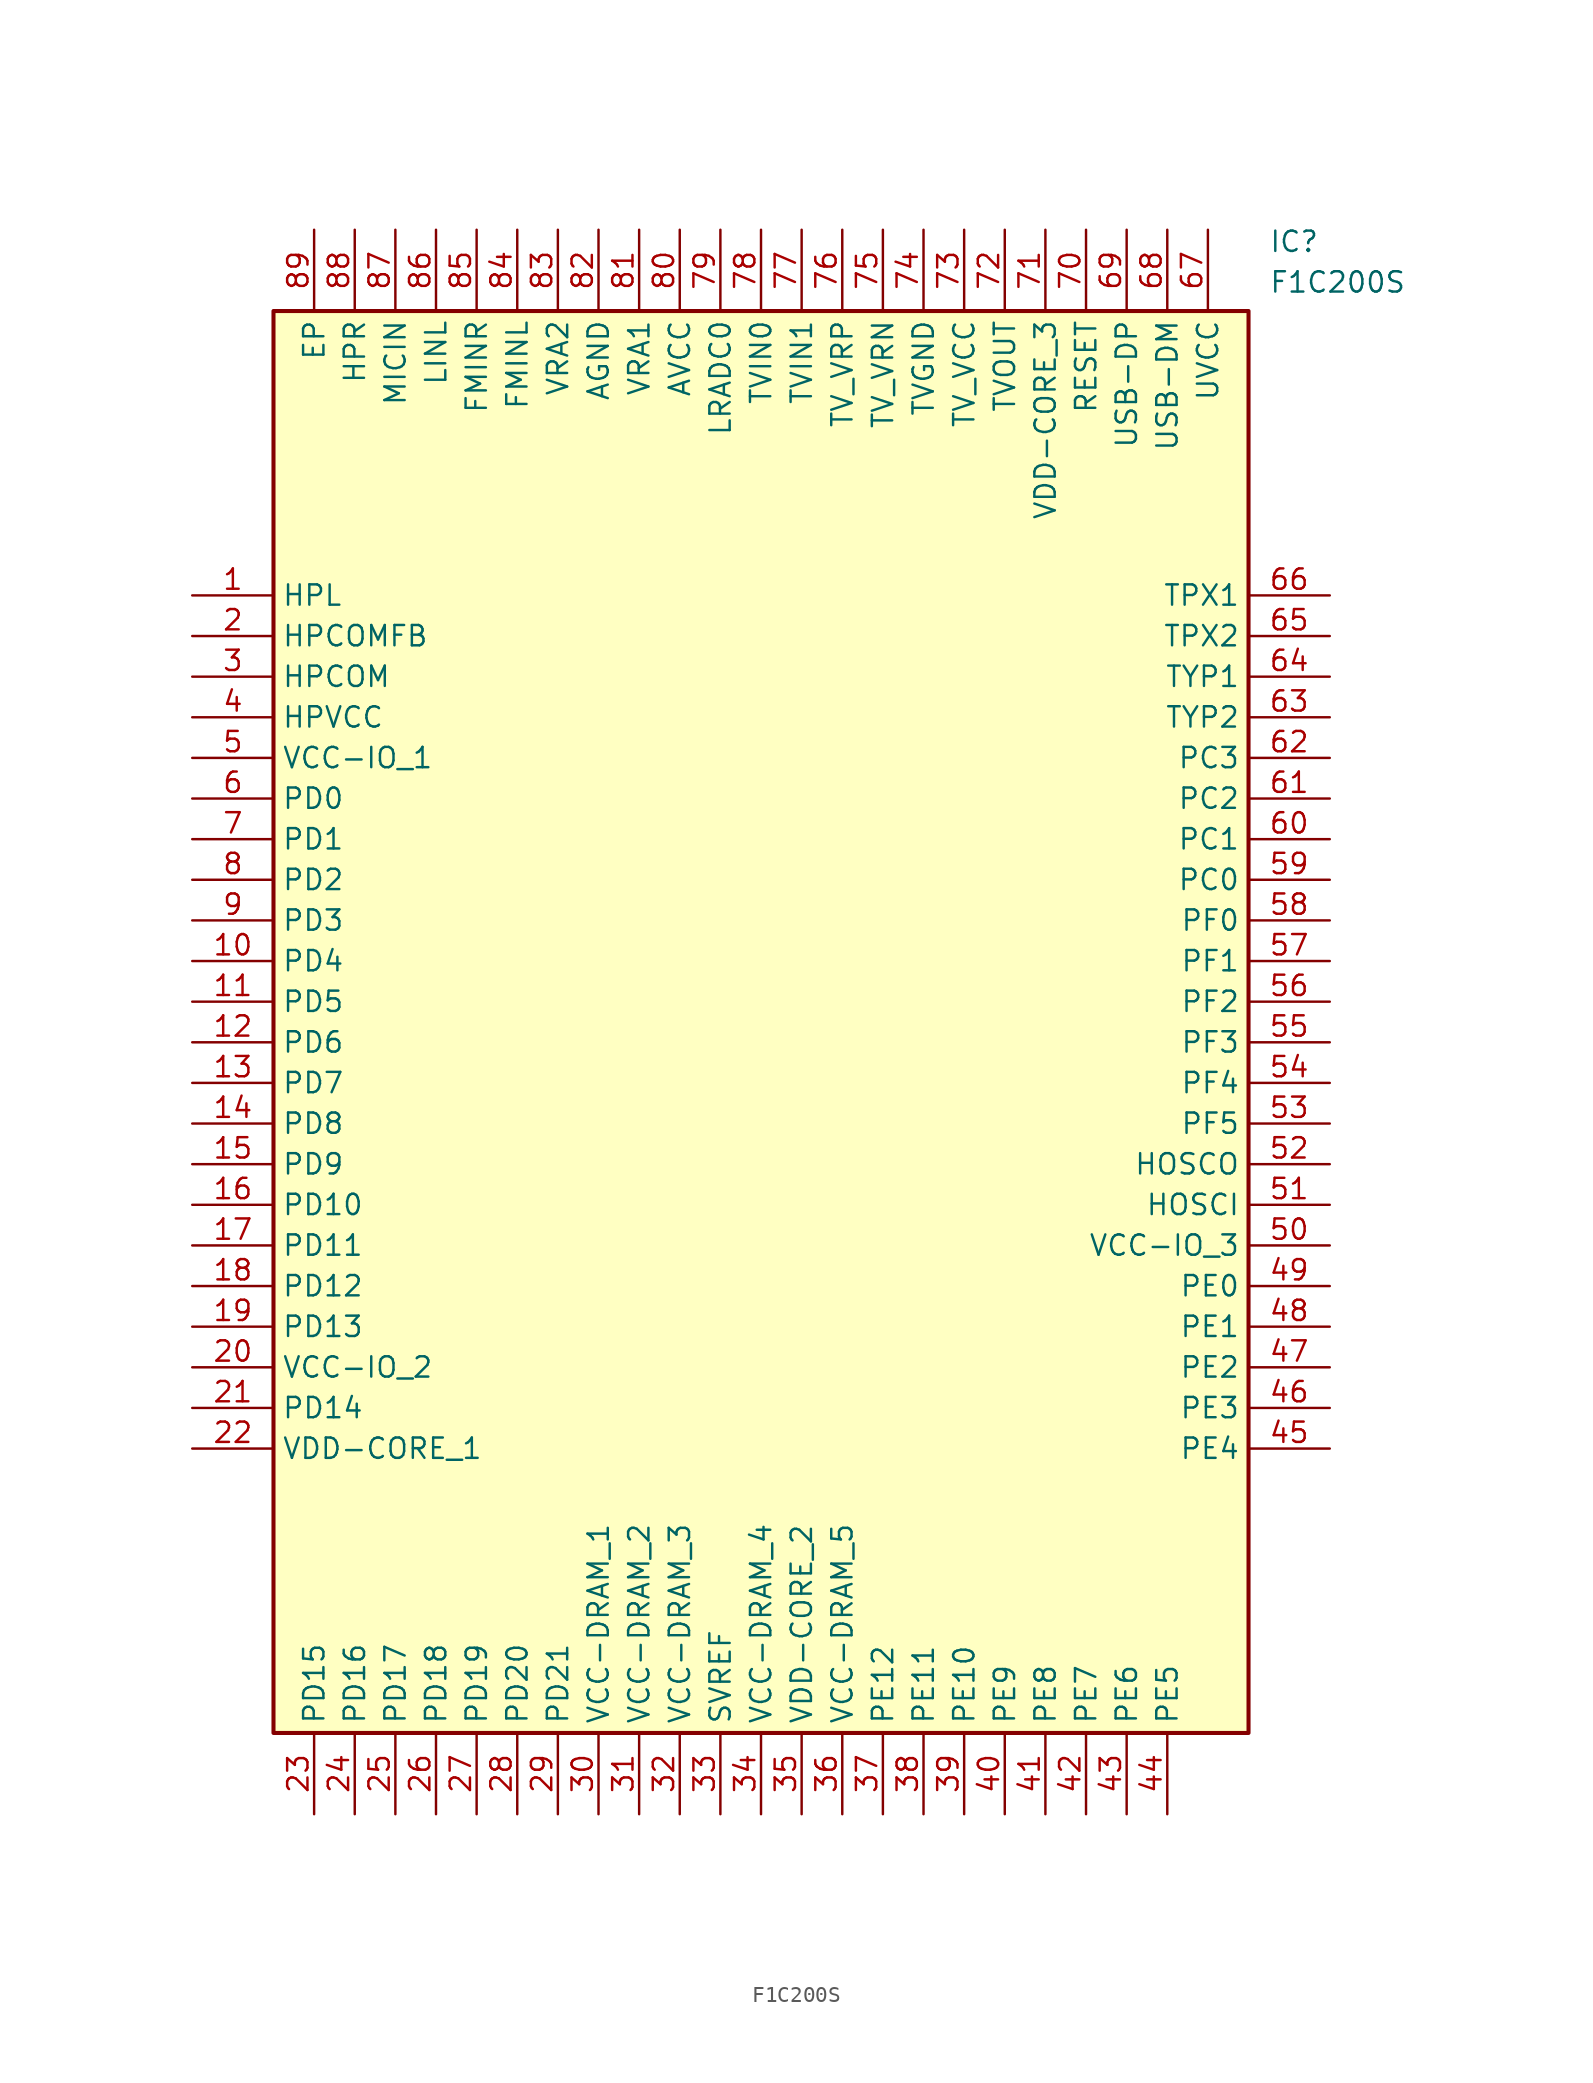
<source format=kicad_sym>
(kicad_symbol_lib
  (version 20211014)
  (generator SamacSys_ECAD_Model)
  (symbol "F1C200S"
    (property "Reference" "IC"
      (at 67.31 22.86 0)
      (effects (font (size 1.27 1.27)) (justify left top)))
    (property "Value" "F1C200S"
      (at 67.31 20.32 0)
      (effects (font (size 1.27 1.27)) (justify left top)))
    (rectangle
      (start 5.08 17.78)
      (end 66.04 -71.12)
      (stroke (width 0.254) (type default))
      (fill (type background)))
    (pin passive line
      (at 0 0 0)
      (length 5.08)
      (name "HPL" (effects (font (size 1.27 1.27))))
      (number "1" (effects (font (size 1.27 1.27)))))
    (pin passive line
      (at 0 -2.54 0)
      (length 5.08)
      (name "HPCOMFB" (effects (font (size 1.27 1.27))))
      (number "2" (effects (font (size 1.27 1.27)))))
    (pin passive line
      (at 0 -5.08 0)
      (length 5.08)
      (name "HPCOM" (effects (font (size 1.27 1.27))))
      (number "3" (effects (font (size 1.27 1.27)))))
    (pin passive line
      (at 0 -7.62 0)
      (length 5.08)
      (name "HPVCC" (effects (font (size 1.27 1.27))))
      (number "4" (effects (font (size 1.27 1.27)))))
    (pin passive line
      (at 0 -10.16 0)
      (length 5.08)
      (name "VCC-IO_1" (effects (font (size 1.27 1.27))))
      (number "5" (effects (font (size 1.27 1.27)))))
    (pin passive line
      (at 0 -12.7 0)
      (length 5.08)
      (name "PD0" (effects (font (size 1.27 1.27))))
      (number "6" (effects (font (size 1.27 1.27)))))
    (pin passive line
      (at 0 -15.24 0)
      (length 5.08)
      (name "PD1" (effects (font (size 1.27 1.27))))
      (number "7" (effects (font (size 1.27 1.27)))))
    (pin passive line
      (at 0 -17.78 0)
      (length 5.08)
      (name "PD2" (effects (font (size 1.27 1.27))))
      (number "8" (effects (font (size 1.27 1.27)))))
    (pin passive line
      (at 0 -20.32 0)
      (length 5.08)
      (name "PD3" (effects (font (size 1.27 1.27))))
      (number "9" (effects (font (size 1.27 1.27)))))
    (pin passive line
      (at 0 -22.86 0)
      (length 5.08)
      (name "PD4" (effects (font (size 1.27 1.27))))
      (number "10" (effects (font (size 1.27 1.27)))))
    (pin passive line
      (at 0 -25.4 0)
      (length 5.08)
      (name "PD5" (effects (font (size 1.27 1.27))))
      (number "11" (effects (font (size 1.27 1.27)))))
    (pin passive line
      (at 0 -27.94 0)
      (length 5.08)
      (name "PD6" (effects (font (size 1.27 1.27))))
      (number "12" (effects (font (size 1.27 1.27)))))
    (pin passive line
      (at 0 -30.48 0)
      (length 5.08)
      (name "PD7" (effects (font (size 1.27 1.27))))
      (number "13" (effects (font (size 1.27 1.27)))))
    (pin passive line
      (at 0 -33.02 0)
      (length 5.08)
      (name "PD8" (effects (font (size 1.27 1.27))))
      (number "14" (effects (font (size 1.27 1.27)))))
    (pin passive line
      (at 0 -35.56 0)
      (length 5.08)
      (name "PD9" (effects (font (size 1.27 1.27))))
      (number "15" (effects (font (size 1.27 1.27)))))
    (pin passive line
      (at 0 -38.1 0)
      (length 5.08)
      (name "PD10" (effects (font (size 1.27 1.27))))
      (number "16" (effects (font (size 1.27 1.27)))))
    (pin passive line
      (at 0 -40.64 0)
      (length 5.08)
      (name "PD11" (effects (font (size 1.27 1.27))))
      (number "17" (effects (font (size 1.27 1.27)))))
    (pin passive line
      (at 0 -43.18 0)
      (length 5.08)
      (name "PD12" (effects (font (size 1.27 1.27))))
      (number "18" (effects (font (size 1.27 1.27)))))
    (pin passive line
      (at 0 -45.72 0)
      (length 5.08)
      (name "PD13" (effects (font (size 1.27 1.27))))
      (number "19" (effects (font (size 1.27 1.27)))))
    (pin passive line
      (at 0 -48.26 0)
      (length 5.08)
      (name "VCC-IO_2" (effects (font (size 1.27 1.27))))
      (number "20" (effects (font (size 1.27 1.27)))))
    (pin passive line
      (at 0 -50.8 0)
      (length 5.08)
      (name "PD14" (effects (font (size 1.27 1.27))))
      (number "21" (effects (font (size 1.27 1.27)))))
    (pin passive line
      (at 0 -53.34 0)
      (length 5.08)
      (name "VDD-CORE_1" (effects (font (size 1.27 1.27))))
      (number "22" (effects (font (size 1.27 1.27)))))
    (pin passive line
      (at 7.62 -76.2 90)
      (length 5.08)
      (name "PD15" (effects (font (size 1.27 1.27))))
      (number "23" (effects (font (size 1.27 1.27)))))
    (pin passive line
      (at 10.16 -76.2 90)
      (length 5.08)
      (name "PD16" (effects (font (size 1.27 1.27))))
      (number "24" (effects (font (size 1.27 1.27)))))
    (pin passive line
      (at 12.7 -76.2 90)
      (length 5.08)
      (name "PD17" (effects (font (size 1.27 1.27))))
      (number "25" (effects (font (size 1.27 1.27)))))
    (pin passive line
      (at 15.24 -76.2 90)
      (length 5.08)
      (name "PD18" (effects (font (size 1.27 1.27))))
      (number "26" (effects (font (size 1.27 1.27)))))
    (pin passive line
      (at 17.78 -76.2 90)
      (length 5.08)
      (name "PD19" (effects (font (size 1.27 1.27))))
      (number "27" (effects (font (size 1.27 1.27)))))
    (pin passive line
      (at 20.32 -76.2 90)
      (length 5.08)
      (name "PD20" (effects (font (size 1.27 1.27))))
      (number "28" (effects (font (size 1.27 1.27)))))
    (pin passive line
      (at 22.86 -76.2 90)
      (length 5.08)
      (name "PD21" (effects (font (size 1.27 1.27))))
      (number "29" (effects (font (size 1.27 1.27)))))
    (pin passive line
      (at 25.4 -76.2 90)
      (length 5.08)
      (name "VCC-DRAM_1" (effects (font (size 1.27 1.27))))
      (number "30" (effects (font (size 1.27 1.27)))))
    (pin passive line
      (at 27.94 -76.2 90)
      (length 5.08)
      (name "VCC-DRAM_2" (effects (font (size 1.27 1.27))))
      (number "31" (effects (font (size 1.27 1.27)))))
    (pin passive line
      (at 30.48 -76.2 90)
      (length 5.08)
      (name "VCC-DRAM_3" (effects (font (size 1.27 1.27))))
      (number "32" (effects (font (size 1.27 1.27)))))
    (pin passive line
      (at 33.02 -76.2 90)
      (length 5.08)
      (name "SVREF" (effects (font (size 1.27 1.27))))
      (number "33" (effects (font (size 1.27 1.27)))))
    (pin passive line
      (at 35.56 -76.2 90)
      (length 5.08)
      (name "VCC-DRAM_4" (effects (font (size 1.27 1.27))))
      (number "34" (effects (font (size 1.27 1.27)))))
    (pin passive line
      (at 38.1 -76.2 90)
      (length 5.08)
      (name "VDD-CORE_2" (effects (font (size 1.27 1.27))))
      (number "35" (effects (font (size 1.27 1.27)))))
    (pin passive line
      (at 40.64 -76.2 90)
      (length 5.08)
      (name "VCC-DRAM_5" (effects (font (size 1.27 1.27))))
      (number "36" (effects (font (size 1.27 1.27)))))
    (pin passive line
      (at 43.18 -76.2 90)
      (length 5.08)
      (name "PE12" (effects (font (size 1.27 1.27))))
      (number "37" (effects (font (size 1.27 1.27)))))
    (pin passive line
      (at 45.72 -76.2 90)
      (length 5.08)
      (name "PE11" (effects (font (size 1.27 1.27))))
      (number "38" (effects (font (size 1.27 1.27)))))
    (pin passive line
      (at 48.26 -76.2 90)
      (length 5.08)
      (name "PE10" (effects (font (size 1.27 1.27))))
      (number "39" (effects (font (size 1.27 1.27)))))
    (pin passive line
      (at 50.8 -76.2 90)
      (length 5.08)
      (name "PE9" (effects (font (size 1.27 1.27))))
      (number "40" (effects (font (size 1.27 1.27)))))
    (pin passive line
      (at 53.34 -76.2 90)
      (length 5.08)
      (name "PE8" (effects (font (size 1.27 1.27))))
      (number "41" (effects (font (size 1.27 1.27)))))
    (pin passive line
      (at 55.88 -76.2 90)
      (length 5.08)
      (name "PE7" (effects (font (size 1.27 1.27))))
      (number "42" (effects (font (size 1.27 1.27)))))
    (pin passive line
      (at 58.42 -76.2 90)
      (length 5.08)
      (name "PE6" (effects (font (size 1.27 1.27))))
      (number "43" (effects (font (size 1.27 1.27)))))
    (pin passive line
      (at 60.96 -76.2 90)
      (length 5.08)
      (name "PE5" (effects (font (size 1.27 1.27))))
      (number "44" (effects (font (size 1.27 1.27)))))
    (pin passive line
      (at 71.12 0 180)
      (length 5.08)
      (name "TPX1" (effects (font (size 1.27 1.27))))
      (number "66" (effects (font (size 1.27 1.27)))))
    (pin passive line
      (at 71.12 -2.54 180)
      (length 5.08)
      (name "TPX2" (effects (font (size 1.27 1.27))))
      (number "65" (effects (font (size 1.27 1.27)))))
    (pin passive line
      (at 71.12 -5.08 180)
      (length 5.08)
      (name "TYP1" (effects (font (size 1.27 1.27))))
      (number "64" (effects (font (size 1.27 1.27)))))
    (pin passive line
      (at 71.12 -7.62 180)
      (length 5.08)
      (name "TYP2" (effects (font (size 1.27 1.27))))
      (number "63" (effects (font (size 1.27 1.27)))))
    (pin passive line
      (at 71.12 -10.16 180)
      (length 5.08)
      (name "PC3" (effects (font (size 1.27 1.27))))
      (number "62" (effects (font (size 1.27 1.27)))))
    (pin passive line
      (at 71.12 -12.7 180)
      (length 5.08)
      (name "PC2" (effects (font (size 1.27 1.27))))
      (number "61" (effects (font (size 1.27 1.27)))))
    (pin passive line
      (at 71.12 -15.24 180)
      (length 5.08)
      (name "PC1" (effects (font (size 1.27 1.27))))
      (number "60" (effects (font (size 1.27 1.27)))))
    (pin passive line
      (at 71.12 -17.78 180)
      (length 5.08)
      (name "PC0" (effects (font (size 1.27 1.27))))
      (number "59" (effects (font (size 1.27 1.27)))))
    (pin passive line
      (at 71.12 -20.32 180)
      (length 5.08)
      (name "PF0" (effects (font (size 1.27 1.27))))
      (number "58" (effects (font (size 1.27 1.27)))))
    (pin passive line
      (at 71.12 -22.86 180)
      (length 5.08)
      (name "PF1" (effects (font (size 1.27 1.27))))
      (number "57" (effects (font (size 1.27 1.27)))))
    (pin passive line
      (at 71.12 -25.4 180)
      (length 5.08)
      (name "PF2" (effects (font (size 1.27 1.27))))
      (number "56" (effects (font (size 1.27 1.27)))))
    (pin passive line
      (at 71.12 -27.94 180)
      (length 5.08)
      (name "PF3" (effects (font (size 1.27 1.27))))
      (number "55" (effects (font (size 1.27 1.27)))))
    (pin passive line
      (at 71.12 -30.48 180)
      (length 5.08)
      (name "PF4" (effects (font (size 1.27 1.27))))
      (number "54" (effects (font (size 1.27 1.27)))))
    (pin passive line
      (at 71.12 -33.02 180)
      (length 5.08)
      (name "PF5" (effects (font (size 1.27 1.27))))
      (number "53" (effects (font (size 1.27 1.27)))))
    (pin passive line
      (at 71.12 -35.56 180)
      (length 5.08)
      (name "HOSCO" (effects (font (size 1.27 1.27))))
      (number "52" (effects (font (size 1.27 1.27)))))
    (pin passive line
      (at 71.12 -38.1 180)
      (length 5.08)
      (name "HOSCI" (effects (font (size 1.27 1.27))))
      (number "51" (effects (font (size 1.27 1.27)))))
    (pin passive line
      (at 71.12 -40.64 180)
      (length 5.08)
      (name "VCC-IO_3" (effects (font (size 1.27 1.27))))
      (number "50" (effects (font (size 1.27 1.27)))))
    (pin passive line
      (at 71.12 -43.18 180)
      (length 5.08)
      (name "PE0" (effects (font (size 1.27 1.27))))
      (number "49" (effects (font (size 1.27 1.27)))))
    (pin passive line
      (at 71.12 -45.72 180)
      (length 5.08)
      (name "PE1" (effects (font (size 1.27 1.27))))
      (number "48" (effects (font (size 1.27 1.27)))))
    (pin passive line
      (at 71.12 -48.26 180)
      (length 5.08)
      (name "PE2" (effects (font (size 1.27 1.27))))
      (number "47" (effects (font (size 1.27 1.27)))))
    (pin passive line
      (at 71.12 -50.8 180)
      (length 5.08)
      (name "PE3" (effects (font (size 1.27 1.27))))
      (number "46" (effects (font (size 1.27 1.27)))))
    (pin passive line
      (at 71.12 -53.34 180)
      (length 5.08)
      (name "PE4" (effects (font (size 1.27 1.27))))
      (number "45" (effects (font (size 1.27 1.27)))))
    (pin passive line
      (at 7.62 22.86 270)
      (length 5.08)
      (name "EP" (effects (font (size 1.27 1.27))))
      (number "89" (effects (font (size 1.27 1.27)))))
    (pin passive line
      (at 10.16 22.86 270)
      (length 5.08)
      (name "HPR" (effects (font (size 1.27 1.27))))
      (number "88" (effects (font (size 1.27 1.27)))))
    (pin passive line
      (at 12.7 22.86 270)
      (length 5.08)
      (name "MICIN" (effects (font (size 1.27 1.27))))
      (number "87" (effects (font (size 1.27 1.27)))))
    (pin passive line
      (at 15.24 22.86 270)
      (length 5.08)
      (name "LINL" (effects (font (size 1.27 1.27))))
      (number "86" (effects (font (size 1.27 1.27)))))
    (pin passive line
      (at 17.78 22.86 270)
      (length 5.08)
      (name "FMINR" (effects (font (size 1.27 1.27))))
      (number "85" (effects (font (size 1.27 1.27)))))
    (pin passive line
      (at 20.32 22.86 270)
      (length 5.08)
      (name "FMINL" (effects (font (size 1.27 1.27))))
      (number "84" (effects (font (size 1.27 1.27)))))
    (pin passive line
      (at 22.86 22.86 270)
      (length 5.08)
      (name "VRA2" (effects (font (size 1.27 1.27))))
      (number "83" (effects (font (size 1.27 1.27)))))
    (pin passive line
      (at 25.4 22.86 270)
      (length 5.08)
      (name "AGND" (effects (font (size 1.27 1.27))))
      (number "82" (effects (font (size 1.27 1.27)))))
    (pin passive line
      (at 27.94 22.86 270)
      (length 5.08)
      (name "VRA1" (effects (font (size 1.27 1.27))))
      (number "81" (effects (font (size 1.27 1.27)))))
    (pin passive line
      (at 30.48 22.86 270)
      (length 5.08)
      (name "AVCC" (effects (font (size 1.27 1.27))))
      (number "80" (effects (font (size 1.27 1.27)))))
    (pin passive line
      (at 33.02 22.86 270)
      (length 5.08)
      (name "LRADC0" (effects (font (size 1.27 1.27))))
      (number "79" (effects (font (size 1.27 1.27)))))
    (pin passive line
      (at 35.56 22.86 270)
      (length 5.08)
      (name "TVIN0" (effects (font (size 1.27 1.27))))
      (number "78" (effects (font (size 1.27 1.27)))))
    (pin passive line
      (at 38.1 22.86 270)
      (length 5.08)
      (name "TVIN1" (effects (font (size 1.27 1.27))))
      (number "77" (effects (font (size 1.27 1.27)))))
    (pin passive line
      (at 40.64 22.86 270)
      (length 5.08)
      (name "TV_VRP" (effects (font (size 1.27 1.27))))
      (number "76" (effects (font (size 1.27 1.27)))))
    (pin passive line
      (at 43.18 22.86 270)
      (length 5.08)
      (name "TV_VRN" (effects (font (size 1.27 1.27))))
      (number "75" (effects (font (size 1.27 1.27)))))
    (pin passive line
      (at 45.72 22.86 270)
      (length 5.08)
      (name "TVGND" (effects (font (size 1.27 1.27))))
      (number "74" (effects (font (size 1.27 1.27)))))
    (pin passive line
      (at 48.26 22.86 270)
      (length 5.08)
      (name "TV_VCC" (effects (font (size 1.27 1.27))))
      (number "73" (effects (font (size 1.27 1.27)))))
    (pin passive line
      (at 50.8 22.86 270)
      (length 5.08)
      (name "TVOUT" (effects (font (size 1.27 1.27))))
      (number "72" (effects (font (size 1.27 1.27)))))
    (pin passive line
      (at 53.34 22.86 270)
      (length 5.08)
      (name "VDD-CORE_3" (effects (font (size 1.27 1.27))))
      (number "71" (effects (font (size 1.27 1.27)))))
    (pin passive line
      (at 55.88 22.86 270)
      (length 5.08)
      (name "RESET" (effects (font (size 1.27 1.27))))
      (number "70" (effects (font (size 1.27 1.27)))))
    (pin passive line
      (at 58.42 22.86 270)
      (length 5.08)
      (name "USB-DP" (effects (font (size 1.27 1.27))))
      (number "69" (effects (font (size 1.27 1.27)))))
    (pin passive line
      (at 60.96 22.86 270)
      (length 5.08)
      (name "USB-DM" (effects (font (size 1.27 1.27))))
      (number "68" (effects (font (size 1.27 1.27)))))
    (pin passive line
      (at 63.5 22.86 270)
      (length 5.08)
      (name "UVCC" (effects (font (size 1.27 1.27))))
      (number "67" (effects (font (size 1.27 1.27)))))))
</source>
